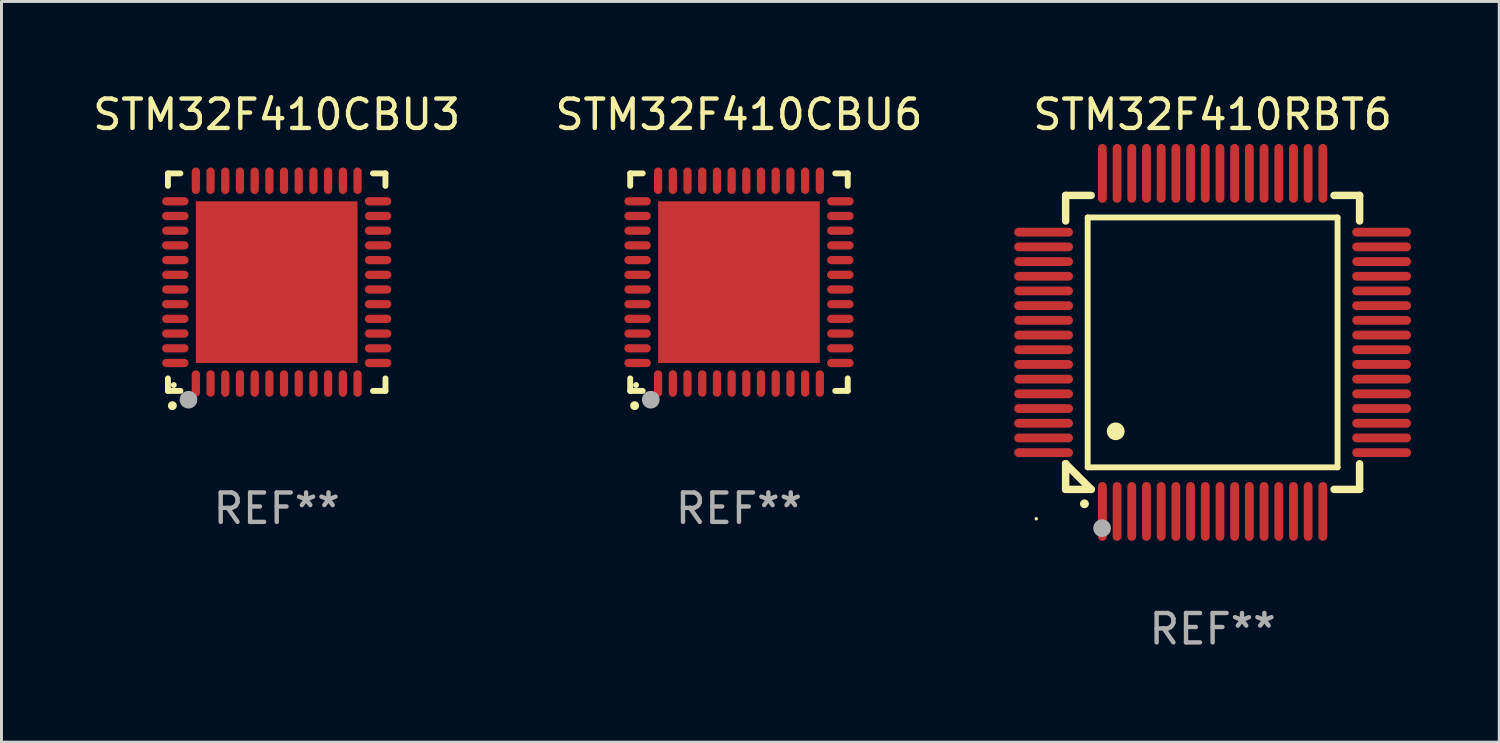
<source format=kicad_pcb>
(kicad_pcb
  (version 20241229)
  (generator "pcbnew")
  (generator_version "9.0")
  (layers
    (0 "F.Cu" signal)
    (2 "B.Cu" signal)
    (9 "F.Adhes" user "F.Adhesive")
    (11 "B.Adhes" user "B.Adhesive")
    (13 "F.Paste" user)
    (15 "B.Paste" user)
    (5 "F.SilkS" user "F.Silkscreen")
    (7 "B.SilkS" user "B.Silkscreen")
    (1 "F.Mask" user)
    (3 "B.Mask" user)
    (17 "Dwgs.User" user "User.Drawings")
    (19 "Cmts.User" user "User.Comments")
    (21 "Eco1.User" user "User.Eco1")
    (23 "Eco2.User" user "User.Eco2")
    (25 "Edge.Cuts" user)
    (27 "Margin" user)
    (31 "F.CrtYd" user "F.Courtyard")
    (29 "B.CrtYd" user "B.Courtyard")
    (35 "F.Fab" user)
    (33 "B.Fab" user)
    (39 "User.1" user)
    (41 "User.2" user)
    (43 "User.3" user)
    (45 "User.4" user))
  (footprint "STM32F410CBU6"
    (layer "F.Cu")
    (at 22.089 6.548)
    (property "Reference" "STM32F410CBU6" (at 0 -5.7 0) (layer "F.SilkS") (effects (font (size 1 1) (thickness 0.15))))
    (attr through_hole)
    (fp_line (start -3.7 -3.7) (end -3.275 -3.7) (stroke (width 0.2) (type solid)) (layer "F.SilkS"))
    (fp_line (start -3.7 -3.275) (end -3.7 -3.7) (stroke (width 0.2) (type solid)) (layer "F.SilkS"))
    (fp_line (start -3.7 3.7) (end -3.7 3.275) (stroke (width 0.2) (type solid)) (layer "F.SilkS"))
    (fp_line (start -3.275 3.7) (end -3.7 3.7) (stroke (width 0.2) (type solid)) (layer "F.SilkS"))
    (fp_line (start 3.7 -3.7) (end 3.275 -3.7) (stroke (width 0.2) (type solid)) (layer "F.SilkS"))
    (fp_line (start 3.7 -3.275) (end 3.7 -3.7) (stroke (width 0.2) (type solid)) (layer "F.SilkS"))
    (fp_line (start 3.7 3.275) (end 3.7 3.7) (stroke (width 0.2) (type solid)) (layer "F.SilkS"))
    (fp_line (start 3.7 3.7) (end 3.275 3.7) (stroke (width 0.2) (type solid)) (layer "F.SilkS"))
    (fp_arc (start -3.550927 4.201168) (mid -3.549657 4.201163) (end -3.548387 4.201168) (stroke (width 0.3) (type solid)) (layer "F.SilkS"))
    (fp_circle (center -3.5 3.5) (end -3.45 3.5) (stroke (width 0.1) (type solid)) (fill no) (layer "F.SilkS"))
    (fp_circle (center -3 4) (end -2.85 4) (stroke (width 0.3) (type solid)) (fill no) (layer "F.Fab"))
    (fp_text user "REF**" (at 0 7.7 0) (layer "F.Fab") (effects (font (size 1 1) (thickness 0.15))))
    (pad "1" smd oval (at -2.751 3.449) (size 0.28 0.9) (layers "F.Cu" "F.Mask" "F.Paste"))
    (pad "2" smd oval (at -2.25 3.449) (size 0.28 0.9) (layers "F.Cu" "F.Mask" "F.Paste"))
    (pad "3" smd oval (at -1.75 3.449) (size 0.28 0.9) (layers "F.Cu" "F.Mask" "F.Paste"))
    (pad "4" smd oval (at -1.25 3.449) (size 0.28 0.9) (layers "F.Cu" "F.Mask" "F.Paste"))
    (pad "5" smd oval (at -0.749 3.449) (size 0.28 0.9) (layers "F.Cu" "F.Mask" "F.Paste"))
    (pad "6" smd oval (at -0.249 3.449) (size 0.28 0.9) (layers "F.Cu" "F.Mask" "F.Paste"))
    (pad "7" smd oval (at 0.249 3.449) (size 0.28 0.9) (layers "F.Cu" "F.Mask" "F.Paste"))
    (pad "8" smd oval (at 0.749 3.449) (size 0.28 0.9) (layers "F.Cu" "F.Mask" "F.Paste"))
    (pad "9" smd oval (at 1.25 3.449) (size 0.28 0.9) (layers "F.Cu" "F.Mask" "F.Paste"))
    (pad "10" smd oval (at 1.75 3.449) (size 0.28 0.9) (layers "F.Cu" "F.Mask" "F.Paste"))
    (pad "11" smd oval (at 2.251 3.449) (size 0.28 0.9) (layers "F.Cu" "F.Mask" "F.Paste"))
    (pad "12" smd oval (at 2.751 3.449) (size 0.28 0.9) (layers "F.Cu" "F.Mask" "F.Paste"))
    (pad "13" smd oval (at 3.449 2.751) (size 0.9 0.28) (layers "F.Cu" "F.Mask" "F.Paste"))
    (pad "14" smd oval (at 3.449 2.251) (size 0.9 0.28) (layers "F.Cu" "F.Mask" "F.Paste"))
    (pad "15" smd oval (at 3.449 1.75) (size 0.9 0.28) (layers "F.Cu" "F.Mask" "F.Paste"))
    (pad "16" smd oval (at 3.449 1.25) (size 0.9 0.28) (layers "F.Cu" "F.Mask" "F.Paste"))
    (pad "17" smd oval (at 3.449 0.749) (size 0.9 0.28) (layers "F.Cu" "F.Mask" "F.Paste"))
    (pad "18" smd oval (at 3.449 0.249) (size 0.9 0.28) (layers "F.Cu" "F.Mask" "F.Paste"))
    (pad "19" smd oval (at 3.449 -0.249) (size 0.9 0.28) (layers "F.Cu" "F.Mask" "F.Paste"))
    (pad "20" smd oval (at 3.449 -0.749) (size 0.9 0.28) (layers "F.Cu" "F.Mask" "F.Paste"))
    (pad "21" smd oval (at 3.449 -1.25) (size 0.9 0.28) (layers "F.Cu" "F.Mask" "F.Paste"))
    (pad "22" smd oval (at 3.449 -1.75) (size 0.9 0.28) (layers "F.Cu" "F.Mask" "F.Paste"))
    (pad "23" smd oval (at 3.449 -2.25) (size 0.9 0.28) (layers "F.Cu" "F.Mask" "F.Paste"))
    (pad "24" smd oval (at 3.449 -2.751) (size 0.9 0.28) (layers "F.Cu" "F.Mask" "F.Paste"))
    (pad "25" smd oval (at 2.751 -3.449) (size 0.28 0.9) (layers "F.Cu" "F.Mask" "F.Paste"))
    (pad "26" smd oval (at 2.251 -3.449) (size 0.28 0.9) (layers "F.Cu" "F.Mask" "F.Paste"))
    (pad "27" smd oval (at 1.75 -3.449) (size 0.28 0.9) (layers "F.Cu" "F.Mask" "F.Paste"))
    (pad "28" smd oval (at 1.25 -3.449) (size 0.28 0.9) (layers "F.Cu" "F.Mask" "F.Paste"))
    (pad "29" smd oval (at 0.749 -3.449) (size 0.28 0.9) (layers "F.Cu" "F.Mask" "F.Paste"))
    (pad "30" smd oval (at 0.249 -3.449) (size 0.28 0.9) (layers "F.Cu" "F.Mask" "F.Paste"))
    (pad "31" smd oval (at -0.249 -3.449) (size 0.28 0.9) (layers "F.Cu" "F.Mask" "F.Paste"))
    (pad "32" smd oval (at -0.749 -3.449) (size 0.28 0.9) (layers "F.Cu" "F.Mask" "F.Paste"))
    (pad "33" smd oval (at -1.25 -3.449) (size 0.28 0.9) (layers "F.Cu" "F.Mask" "F.Paste"))
    (pad "34" smd oval (at -1.75 -3.449) (size 0.28 0.9) (layers "F.Cu" "F.Mask" "F.Paste"))
    (pad "35" smd oval (at -2.25 -3.449) (size 0.28 0.9) (layers "F.Cu" "F.Mask" "F.Paste"))
    (pad "36" smd oval (at -2.751 -3.449) (size 0.28 0.9) (layers "F.Cu" "F.Mask" "F.Paste"))
    (pad "37" smd oval (at -3.449 -2.751) (size 0.9 0.28) (layers "F.Cu" "F.Mask" "F.Paste"))
    (pad "38" smd oval (at -3.449 -2.25) (size 0.9 0.28) (layers "F.Cu" "F.Mask" "F.Paste"))
    (pad "39" smd oval (at -3.449 -1.75) (size 0.9 0.28) (layers "F.Cu" "F.Mask" "F.Paste"))
    (pad "40" smd oval (at -3.449 -1.25) (size 0.9 0.28) (layers "F.Cu" "F.Mask" "F.Paste"))
    (pad "41" smd oval (at -3.449 -0.749) (size 0.9 0.28) (layers "F.Cu" "F.Mask" "F.Paste"))
    (pad "42" smd oval (at -3.449 -0.249) (size 0.9 0.28) (layers "F.Cu" "F.Mask" "F.Paste"))
    (pad "43" smd oval (at -3.449 0.249) (size 0.9 0.28) (layers "F.Cu" "F.Mask" "F.Paste"))
    (pad "44" smd oval (at -3.449 0.749) (size 0.9 0.28) (layers "F.Cu" "F.Mask" "F.Paste"))
    (pad "45" smd oval (at -3.449 1.25) (size 0.9 0.28) (layers "F.Cu" "F.Mask" "F.Paste"))
    (pad "46" smd oval (at -3.449 1.75) (size 0.9 0.28) (layers "F.Cu" "F.Mask" "F.Paste"))
    (pad "47" smd oval (at -3.449 2.251) (size 0.9 0.28) (layers "F.Cu" "F.Mask" "F.Paste"))
    (pad "48" smd oval (at -3.449 2.751) (size 0.9 0.28) (layers "F.Cu" "F.Mask" "F.Paste"))
    (pad "49" smd rect (at 0.000076 0.000076) (size 5.5 5.5) (layers "F.Cu" "F.Mask" "F.Paste")))
  (footprint "STM32F410CBU3"
    (layer "F.Cu")
    (at 6.363 6.548)
    (property "Reference" "STM32F410CBU3" (at 0 -5.7 0) (layer "F.SilkS") (effects (font (size 1 1) (thickness 0.15))))
    (attr through_hole)
    (fp_line (start -3.7 -3.7) (end -3.275 -3.7) (stroke (width 0.2) (type solid)) (layer "F.SilkS"))
    (fp_line (start -3.7 -3.275) (end -3.7 -3.7) (stroke (width 0.2) (type solid)) (layer "F.SilkS"))
    (fp_line (start -3.7 3.7) (end -3.7 3.275) (stroke (width 0.2) (type solid)) (layer "F.SilkS"))
    (fp_line (start -3.275 3.7) (end -3.7 3.7) (stroke (width 0.2) (type solid)) (layer "F.SilkS"))
    (fp_line (start 3.7 -3.7) (end 3.275 -3.7) (stroke (width 0.2) (type solid)) (layer "F.SilkS"))
    (fp_line (start 3.7 -3.275) (end 3.7 -3.7) (stroke (width 0.2) (type solid)) (layer "F.SilkS"))
    (fp_line (start 3.7 3.275) (end 3.7 3.7) (stroke (width 0.2) (type solid)) (layer "F.SilkS"))
    (fp_line (start 3.7 3.7) (end 3.275 3.7) (stroke (width 0.2) (type solid)) (layer "F.SilkS"))
    (fp_arc (start -3.550927 4.201168) (mid -3.549657 4.201163) (end -3.548387 4.201168) (stroke (width 0.3) (type solid)) (layer "F.SilkS"))
    (fp_circle (center -3.5 3.5) (end -3.45 3.5) (stroke (width 0.1) (type solid)) (fill no) (layer "F.SilkS"))
    (fp_circle (center -3 4) (end -2.85 4) (stroke (width 0.3) (type solid)) (fill no) (layer "F.Fab"))
    (fp_text user "REF**" (at 0 7.7 0) (layer "F.Fab") (effects (font (size 1 1) (thickness 0.15))))
    (pad "1" smd oval (at -2.751 3.449) (size 0.28 0.9) (layers "F.Cu" "F.Mask" "F.Paste"))
    (pad "2" smd oval (at -2.25 3.449) (size 0.28 0.9) (layers "F.Cu" "F.Mask" "F.Paste"))
    (pad "3" smd oval (at -1.75 3.449) (size 0.28 0.9) (layers "F.Cu" "F.Mask" "F.Paste"))
    (pad "4" smd oval (at -1.25 3.449) (size 0.28 0.9) (layers "F.Cu" "F.Mask" "F.Paste"))
    (pad "5" smd oval (at -0.749 3.449) (size 0.28 0.9) (layers "F.Cu" "F.Mask" "F.Paste"))
    (pad "6" smd oval (at -0.249 3.449) (size 0.28 0.9) (layers "F.Cu" "F.Mask" "F.Paste"))
    (pad "7" smd oval (at 0.249 3.449) (size 0.28 0.9) (layers "F.Cu" "F.Mask" "F.Paste"))
    (pad "8" smd oval (at 0.749 3.449) (size 0.28 0.9) (layers "F.Cu" "F.Mask" "F.Paste"))
    (pad "9" smd oval (at 1.25 3.449) (size 0.28 0.9) (layers "F.Cu" "F.Mask" "F.Paste"))
    (pad "10" smd oval (at 1.75 3.449) (size 0.28 0.9) (layers "F.Cu" "F.Mask" "F.Paste"))
    (pad "11" smd oval (at 2.251 3.449) (size 0.28 0.9) (layers "F.Cu" "F.Mask" "F.Paste"))
    (pad "12" smd oval (at 2.751 3.449) (size 0.28 0.9) (layers "F.Cu" "F.Mask" "F.Paste"))
    (pad "13" smd oval (at 3.449 2.751) (size 0.9 0.28) (layers "F.Cu" "F.Mask" "F.Paste"))
    (pad "14" smd oval (at 3.449 2.251) (size 0.9 0.28) (layers "F.Cu" "F.Mask" "F.Paste"))
    (pad "15" smd oval (at 3.449 1.75) (size 0.9 0.28) (layers "F.Cu" "F.Mask" "F.Paste"))
    (pad "16" smd oval (at 3.449 1.25) (size 0.9 0.28) (layers "F.Cu" "F.Mask" "F.Paste"))
    (pad "17" smd oval (at 3.449 0.749) (size 0.9 0.28) (layers "F.Cu" "F.Mask" "F.Paste"))
    (pad "18" smd oval (at 3.449 0.249) (size 0.9 0.28) (layers "F.Cu" "F.Mask" "F.Paste"))
    (pad "19" smd oval (at 3.449 -0.249) (size 0.9 0.28) (layers "F.Cu" "F.Mask" "F.Paste"))
    (pad "20" smd oval (at 3.449 -0.749) (size 0.9 0.28) (layers "F.Cu" "F.Mask" "F.Paste"))
    (pad "21" smd oval (at 3.449 -1.25) (size 0.9 0.28) (layers "F.Cu" "F.Mask" "F.Paste"))
    (pad "22" smd oval (at 3.449 -1.75) (size 0.9 0.28) (layers "F.Cu" "F.Mask" "F.Paste"))
    (pad "23" smd oval (at 3.449 -2.25) (size 0.9 0.28) (layers "F.Cu" "F.Mask" "F.Paste"))
    (pad "24" smd oval (at 3.449 -2.751) (size 0.9 0.28) (layers "F.Cu" "F.Mask" "F.Paste"))
    (pad "25" smd oval (at 2.751 -3.449) (size 0.28 0.9) (layers "F.Cu" "F.Mask" "F.Paste"))
    (pad "26" smd oval (at 2.251 -3.449) (size 0.28 0.9) (layers "F.Cu" "F.Mask" "F.Paste"))
    (pad "27" smd oval (at 1.75 -3.449) (size 0.28 0.9) (layers "F.Cu" "F.Mask" "F.Paste"))
    (pad "28" smd oval (at 1.25 -3.449) (size 0.28 0.9) (layers "F.Cu" "F.Mask" "F.Paste"))
    (pad "29" smd oval (at 0.749 -3.449) (size 0.28 0.9) (layers "F.Cu" "F.Mask" "F.Paste"))
    (pad "30" smd oval (at 0.249 -3.449) (size 0.28 0.9) (layers "F.Cu" "F.Mask" "F.Paste"))
    (pad "31" smd oval (at -0.249 -3.449) (size 0.28 0.9) (layers "F.Cu" "F.Mask" "F.Paste"))
    (pad "32" smd oval (at -0.749 -3.449) (size 0.28 0.9) (layers "F.Cu" "F.Mask" "F.Paste"))
    (pad "33" smd oval (at -1.25 -3.449) (size 0.28 0.9) (layers "F.Cu" "F.Mask" "F.Paste"))
    (pad "34" smd oval (at -1.75 -3.449) (size 0.28 0.9) (layers "F.Cu" "F.Mask" "F.Paste"))
    (pad "35" smd oval (at -2.25 -3.449) (size 0.28 0.9) (layers "F.Cu" "F.Mask" "F.Paste"))
    (pad "36" smd oval (at -2.751 -3.449) (size 0.28 0.9) (layers "F.Cu" "F.Mask" "F.Paste"))
    (pad "37" smd oval (at -3.449 -2.751) (size 0.9 0.28) (layers "F.Cu" "F.Mask" "F.Paste"))
    (pad "38" smd oval (at -3.449 -2.25) (size 0.9 0.28) (layers "F.Cu" "F.Mask" "F.Paste"))
    (pad "39" smd oval (at -3.449 -1.75) (size 0.9 0.28) (layers "F.Cu" "F.Mask" "F.Paste"))
    (pad "40" smd oval (at -3.449 -1.25) (size 0.9 0.28) (layers "F.Cu" "F.Mask" "F.Paste"))
    (pad "41" smd oval (at -3.449 -0.749) (size 0.9 0.28) (layers "F.Cu" "F.Mask" "F.Paste"))
    (pad "42" smd oval (at -3.449 -0.249) (size 0.9 0.28) (layers "F.Cu" "F.Mask" "F.Paste"))
    (pad "43" smd oval (at -3.449 0.249) (size 0.9 0.28) (layers "F.Cu" "F.Mask" "F.Paste"))
    (pad "44" smd oval (at -3.449 0.749) (size 0.9 0.28) (layers "F.Cu" "F.Mask" "F.Paste"))
    (pad "45" smd oval (at -3.449 1.25) (size 0.9 0.28) (layers "F.Cu" "F.Mask" "F.Paste"))
    (pad "46" smd oval (at -3.449 1.75) (size 0.9 0.28) (layers "F.Cu" "F.Mask" "F.Paste"))
    (pad "47" smd oval (at -3.449 2.251) (size 0.9 0.28) (layers "F.Cu" "F.Mask" "F.Paste"))
    (pad "48" smd oval (at -3.449 2.751) (size 0.9 0.28) (layers "F.Cu" "F.Mask" "F.Paste"))
    (pad "49" smd rect (at 0.000076 0.000076) (size 5.5 5.5) (layers "F.Cu" "F.Mask" "F.Paste")))
  (footprint "STM32F410RBT6"
    (layer "F.Cu")
    (at 38.202 8.598)
    (property "Reference" "STM32F410RBT6" (at 0 -7.75 0) (layer "F.SilkS") (effects (font (size 1 1) (thickness 0.15))))
    (attr through_hole)
    (fp_line (start -5 -5) (end -4.131 -5) (stroke (width 0.254) (type solid)) (layer "F.SilkS"))
    (fp_line (start -5 -4.131) (end -5 -5) (stroke (width 0.254) (type solid)) (layer "F.SilkS"))
    (fp_line (start -5 4.131) (end -5 4.131) (stroke (width 0.254) (type solid)) (layer "F.SilkS"))
    (fp_line (start -5 5) (end -5 4.131) (stroke (width 0.254) (type solid)) (layer "F.SilkS"))
    (fp_line (start -5 4.131) (end -4.131 5) (stroke (width 0.254) (type solid)) (layer "F.SilkS"))
    (fp_line (start -4.25 -4.25) (end -4.25 4.25) (stroke (width 0.2) (type solid)) (layer "F.SilkS"))
    (fp_line (start -4.25 4.25) (end 4.25 4.25) (stroke (width 0.2) (type solid)) (layer "F.SilkS"))
    (fp_line (start -4.131 5) (end -5 5) (stroke (width 0.254) (type solid)) (layer "F.SilkS"))
    (fp_line (start 4.25 -4.25) (end -4.25 -4.25) (stroke (width 0.2) (type solid)) (layer "F.SilkS"))
    (fp_line (start 4.25 4.25) (end 4.25 -4.25) (stroke (width 0.2) (type solid)) (layer "F.SilkS"))
    (fp_line (start 5 -5) (end 4.131 -5) (stroke (width 0.254) (type solid)) (layer "F.SilkS"))
    (fp_line (start 5 -5) (end 5 -4.131) (stroke (width 0.254) (type solid)) (layer "F.SilkS"))
    (fp_line (start 5 4.131) (end 5 5) (stroke (width 0.254) (type solid)) (layer "F.SilkS"))
    (fp_line (start 5 5) (end 4.131 5) (stroke (width 0.254) (type solid)) (layer "F.SilkS"))
    (fp_arc (start -4.361265 5.489992) (mid -4.359995 5.489987) (end -4.358725 5.489992) (stroke (width 0.3) (type solid)) (layer "F.SilkS"))
    (fp_arc (start -3.299467 3.025146) (mid -3.296927 3.025135) (end -3.294387 3.025146) (stroke (width 0.6) (type solid)) (layer "F.SilkS"))
    (fp_circle (center -6 6) (end -5.97 6) (stroke (width 0.06) (type solid)) (fill no) (layer "F.SilkS"))
    (fp_circle (center -3.76 6.32) (end -3.61 6.32) (stroke (width 0.3) (type solid)) (fill no) (layer "F.Fab"))
    (fp_text user "REF**" (at 0 9.75 0) (layer "F.Fab") (effects (font (size 1 1) (thickness 0.15))))
    (pad "1" smd oval (at -3.75 5.75) (size 0.3 2) (layers "F.Cu" "F.Mask" "F.Paste"))
    (pad "2" smd oval (at -3.25 5.75) (size 0.3 2) (layers "F.Cu" "F.Mask" "F.Paste"))
    (pad "3" smd oval (at -2.75 5.75) (size 0.3 2) (layers "F.Cu" "F.Mask" "F.Paste"))
    (pad "4" smd oval (at -2.25 5.75) (size 0.3 2) (layers "F.Cu" "F.Mask" "F.Paste"))
    (pad "5" smd oval (at -1.75 5.75) (size 0.3 2) (layers "F.Cu" "F.Mask" "F.Paste"))
    (pad "6" smd oval (at -1.25 5.75) (size 0.3 2) (layers "F.Cu" "F.Mask" "F.Paste"))
    (pad "7" smd oval (at -0.75 5.75) (size 0.3 2) (layers "F.Cu" "F.Mask" "F.Paste"))
    (pad "8" smd oval (at -0.25 5.75) (size 0.3 2) (layers "F.Cu" "F.Mask" "F.Paste"))
    (pad "9" smd oval (at 0.25 5.75) (size 0.3 2) (layers "F.Cu" "F.Mask" "F.Paste"))
    (pad "10" smd oval (at 0.75 5.75) (size 0.3 2) (layers "F.Cu" "F.Mask" "F.Paste"))
    (pad "11" smd oval (at 1.25 5.75) (size 0.3 2) (layers "F.Cu" "F.Mask" "F.Paste"))
    (pad "12" smd oval (at 1.75 5.75) (size 0.3 2) (layers "F.Cu" "F.Mask" "F.Paste"))
    (pad "13" smd oval (at 2.25 5.75) (size 0.3 2) (layers "F.Cu" "F.Mask" "F.Paste"))
    (pad "14" smd oval (at 2.75 5.75) (size 0.3 2) (layers "F.Cu" "F.Mask" "F.Paste"))
    (pad "15" smd oval (at 3.25 5.75) (size 0.3 2) (layers "F.Cu" "F.Mask" "F.Paste"))
    (pad "16" smd oval (at 3.75 5.75) (size 0.3 2) (layers "F.Cu" "F.Mask" "F.Paste"))
    (pad "17" smd oval (at 5.75 3.75) (size 2 0.3) (layers "F.Cu" "F.Mask" "F.Paste"))
    (pad "18" smd oval (at 5.75 3.25) (size 2 0.3) (layers "F.Cu" "F.Mask" "F.Paste"))
    (pad "19" smd oval (at 5.75 2.75) (size 2 0.3) (layers "F.Cu" "F.Mask" "F.Paste"))
    (pad "20" smd oval (at 5.75 2.25) (size 2 0.3) (layers "F.Cu" "F.Mask" "F.Paste"))
    (pad "21" smd oval (at 5.75 1.75) (size 2 0.3) (layers "F.Cu" "F.Mask" "F.Paste"))
    (pad "22" smd oval (at 5.75 1.25) (size 2 0.3) (layers "F.Cu" "F.Mask" "F.Paste"))
    (pad "23" smd oval (at 5.75 0.75) (size 2 0.3) (layers "F.Cu" "F.Mask" "F.Paste"))
    (pad "24" smd oval (at 5.75 0.25) (size 2 0.3) (layers "F.Cu" "F.Mask" "F.Paste"))
    (pad "25" smd oval (at 5.75 -0.25) (size 2 0.3) (layers "F.Cu" "F.Mask" "F.Paste"))
    (pad "26" smd oval (at 5.75 -0.75) (size 2 0.3) (layers "F.Cu" "F.Mask" "F.Paste"))
    (pad "27" smd oval (at 5.75 -1.25) (size 2 0.3) (layers "F.Cu" "F.Mask" "F.Paste"))
    (pad "28" smd oval (at 5.75 -1.75) (size 2 0.3) (layers "F.Cu" "F.Mask" "F.Paste"))
    (pad "29" smd oval (at 5.75 -2.25) (size 2 0.3) (layers "F.Cu" "F.Mask" "F.Paste"))
    (pad "30" smd oval (at 5.75 -2.75) (size 2 0.3) (layers "F.Cu" "F.Mask" "F.Paste"))
    (pad "31" smd oval (at 5.75 -3.25) (size 2 0.3) (layers "F.Cu" "F.Mask" "F.Paste"))
    (pad "32" smd oval (at 5.75 -3.75) (size 2 0.3) (layers "F.Cu" "F.Mask" "F.Paste"))
    (pad "33" smd oval (at 3.75 -5.75) (size 0.3 2) (layers "F.Cu" "F.Mask" "F.Paste"))
    (pad "34" smd oval (at 3.25 -5.75) (size 0.3 2) (layers "F.Cu" "F.Mask" "F.Paste"))
    (pad "35" smd oval (at 2.75 -5.75) (size 0.3 2) (layers "F.Cu" "F.Mask" "F.Paste"))
    (pad "36" smd oval (at 2.25 -5.75) (size 0.3 2) (layers "F.Cu" "F.Mask" "F.Paste"))
    (pad "37" smd oval (at 1.75 -5.75) (size 0.3 2) (layers "F.Cu" "F.Mask" "F.Paste"))
    (pad "38" smd oval (at 1.25 -5.75) (size 0.3 2) (layers "F.Cu" "F.Mask" "F.Paste"))
    (pad "39" smd oval (at 0.75 -5.75) (size 0.3 2) (layers "F.Cu" "F.Mask" "F.Paste"))
    (pad "40" smd oval (at 0.25 -5.75) (size 0.3 2) (layers "F.Cu" "F.Mask" "F.Paste"))
    (pad "41" smd oval (at -0.25 -5.75) (size 0.3 2) (layers "F.Cu" "F.Mask" "F.Paste"))
    (pad "42" smd oval (at -0.75 -5.75) (size 0.3 2) (layers "F.Cu" "F.Mask" "F.Paste"))
    (pad "43" smd oval (at -1.25 -5.75) (size 0.3 2) (layers "F.Cu" "F.Mask" "F.Paste"))
    (pad "44" smd oval (at -1.75 -5.75) (size 0.3 2) (layers "F.Cu" "F.Mask" "F.Paste"))
    (pad "45" smd oval (at -2.25 -5.75) (size 0.3 2) (layers "F.Cu" "F.Mask" "F.Paste"))
    (pad "46" smd oval (at -2.75 -5.75) (size 0.3 2) (layers "F.Cu" "F.Mask" "F.Paste"))
    (pad "47" smd oval (at -3.25 -5.75) (size 0.3 2) (layers "F.Cu" "F.Mask" "F.Paste"))
    (pad "48" smd oval (at -3.75 -5.75) (size 0.3 2) (layers "F.Cu" "F.Mask" "F.Paste"))
    (pad "49" smd oval (at -5.75 -3.75) (size 2 0.3) (layers "F.Cu" "F.Mask" "F.Paste"))
    (pad "50" smd oval (at -5.75 -3.25) (size 2 0.3) (layers "F.Cu" "F.Mask" "F.Paste"))
    (pad "51" smd oval (at -5.75 -2.75) (size 2 0.3) (layers "F.Cu" "F.Mask" "F.Paste"))
    (pad "52" smd oval (at -5.75 -2.25) (size 2 0.3) (layers "F.Cu" "F.Mask" "F.Paste"))
    (pad "53" smd oval (at -5.75 -1.75) (size 2 0.3) (layers "F.Cu" "F.Mask" "F.Paste"))
    (pad "54" smd oval (at -5.75 -1.25) (size 2 0.3) (layers "F.Cu" "F.Mask" "F.Paste"))
    (pad "55" smd oval (at -5.75 -0.75) (size 2 0.3) (layers "F.Cu" "F.Mask" "F.Paste"))
    (pad "56" smd oval (at -5.75 -0.25) (size 2 0.3) (layers "F.Cu" "F.Mask" "F.Paste"))
    (pad "57" smd oval (at -5.75 0.25) (size 2 0.3) (layers "F.Cu" "F.Mask" "F.Paste"))
    (pad "58" smd oval (at -5.75 0.75) (size 2 0.3) (layers "F.Cu" "F.Mask" "F.Paste"))
    (pad "59" smd oval (at -5.75 1.25) (size 2 0.3) (layers "F.Cu" "F.Mask" "F.Paste"))
    (pad "60" smd oval (at -5.75 1.75) (size 2 0.3) (layers "F.Cu" "F.Mask" "F.Paste"))
    (pad "61" smd oval (at -5.75 2.25) (size 2 0.3) (layers "F.Cu" "F.Mask" "F.Paste"))
    (pad "62" smd oval (at -5.75 2.75) (size 2 0.3) (layers "F.Cu" "F.Mask" "F.Paste"))
    (pad "63" smd oval (at -5.75 3.25) (size 2 0.3) (layers "F.Cu" "F.Mask" "F.Paste"))
    (pad "64" smd oval (at -5.75 3.75) (size 2 0.3) (layers "F.Cu" "F.Mask" "F.Paste")))
  (gr_rect
    (start -3 -3)
    (end 47.952 22.196)
    (stroke (width 0.1) (type default))
    (fill no)
    (layer "Edge.Cuts")))
</source>
